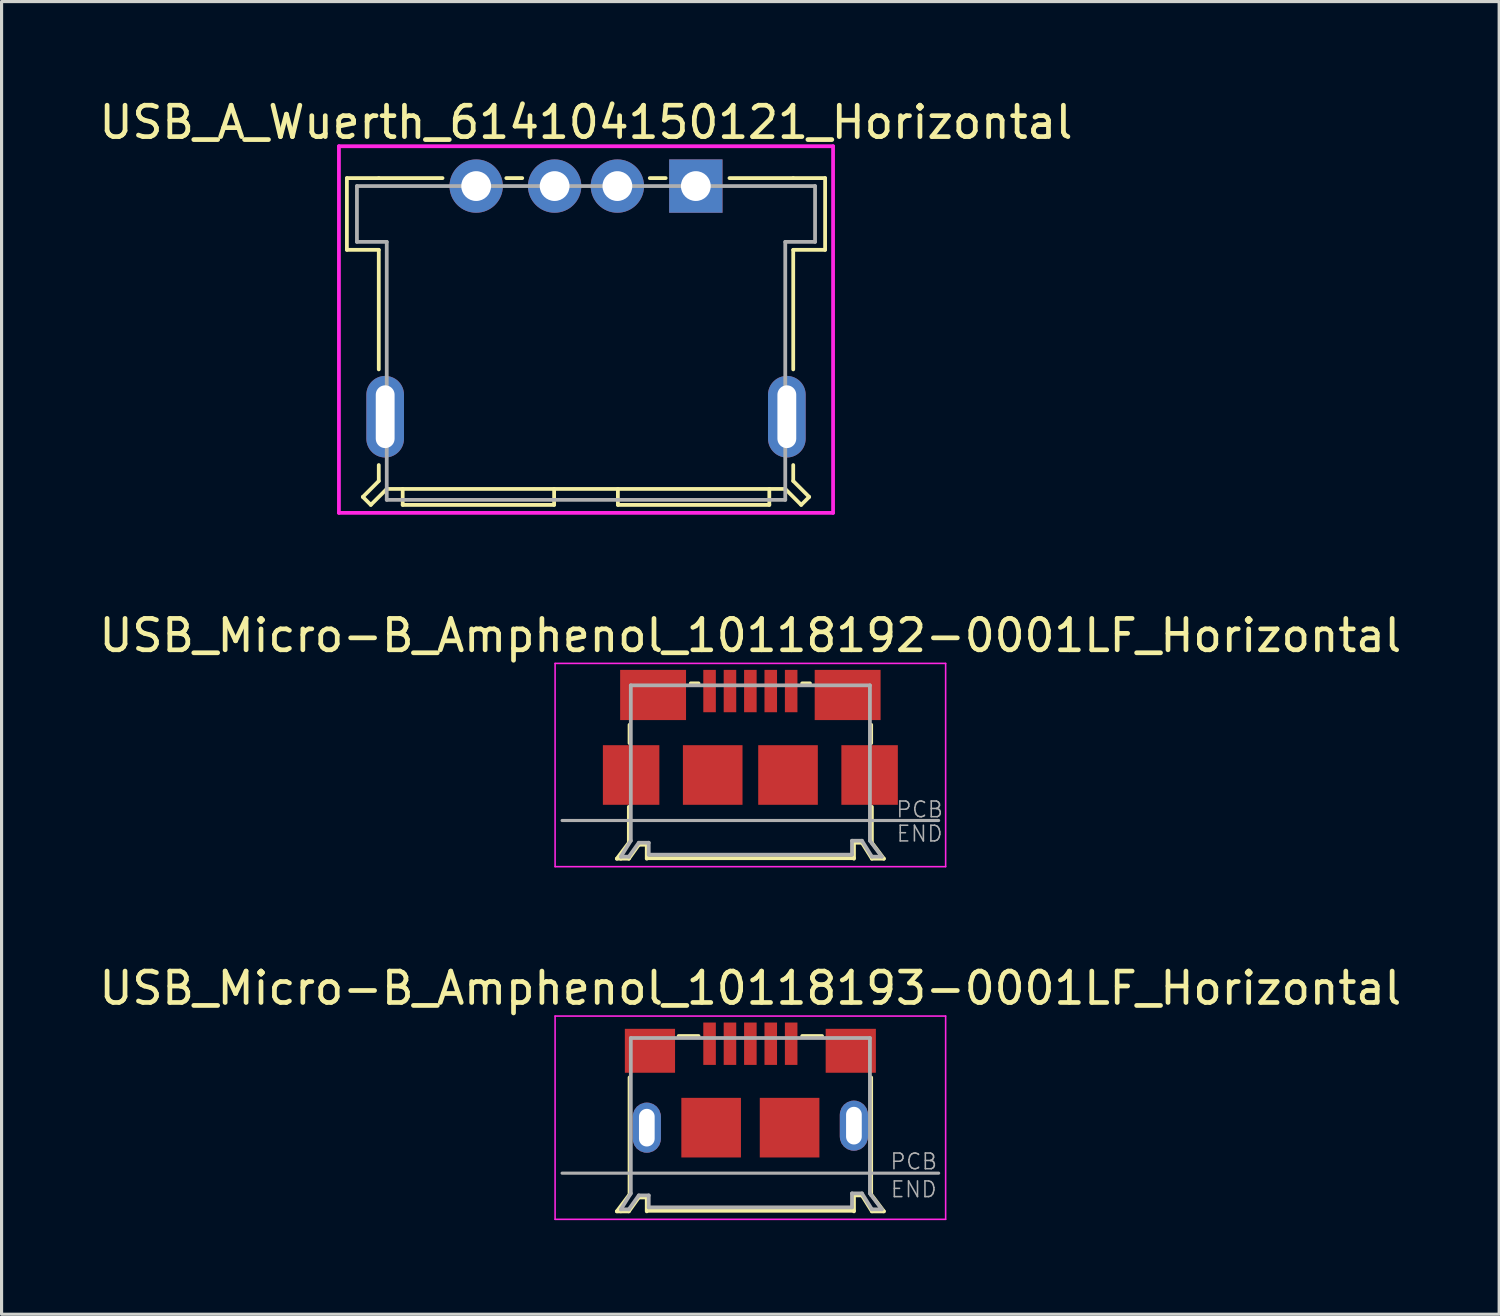
<source format=kicad_pcb>
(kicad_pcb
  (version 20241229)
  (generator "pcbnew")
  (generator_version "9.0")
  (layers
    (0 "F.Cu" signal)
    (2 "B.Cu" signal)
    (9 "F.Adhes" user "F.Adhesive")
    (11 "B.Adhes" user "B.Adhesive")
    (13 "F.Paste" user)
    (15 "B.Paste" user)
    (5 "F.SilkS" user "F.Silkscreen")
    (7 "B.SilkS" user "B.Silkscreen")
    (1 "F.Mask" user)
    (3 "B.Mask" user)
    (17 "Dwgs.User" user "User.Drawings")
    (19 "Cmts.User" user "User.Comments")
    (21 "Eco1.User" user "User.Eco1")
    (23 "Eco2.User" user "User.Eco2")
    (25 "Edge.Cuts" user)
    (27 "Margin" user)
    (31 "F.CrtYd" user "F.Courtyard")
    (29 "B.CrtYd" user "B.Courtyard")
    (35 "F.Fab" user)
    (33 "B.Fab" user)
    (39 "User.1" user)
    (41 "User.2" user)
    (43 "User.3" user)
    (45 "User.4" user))
  (footprint "USB_A_Wuerth_614104150121_Horizontal"
    (layer "F.Cu")
    (at 15.625 2.88)
    (property "Reference" "USB_A_Wuerth_614104150121_Horizontal" (at 0 -2.032 0) (layer "F.SilkS") (effects (font (size 1 1) (thickness 0.15))))
    (attr through_hole)
    (fp_line (start -7.62 -0.254) (end -7.62 2.032) (stroke (width 0.12) (type solid)) (layer "F.SilkS"))
    (fp_line (start -7.62 2.032) (end -6.604 2.032) (stroke (width 0.12) (type solid)) (layer "F.SilkS"))
    (fp_line (start -7.112 9.906) (end -6.604 9.398) (stroke (width 0.12) (type solid)) (layer "F.SilkS"))
    (fp_line (start -6.858 10.16) (end -7.112 9.906) (stroke (width 0.12) (type solid)) (layer "F.SilkS"))
    (fp_line (start -6.604 -0.254) (end -7.62 -0.254) (stroke (width 0.12) (type solid)) (layer "F.SilkS"))
    (fp_line (start -6.604 -0.254) (end -4.572 -0.254) (stroke (width 0.12) (type solid)) (layer "F.SilkS"))
    (fp_line (start -6.604 2.032) (end -6.604 5.842) (stroke (width 0.12) (type solid)) (layer "F.SilkS"))
    (fp_line (start -6.604 9.398) (end -6.604 8.89) (stroke (width 0.12) (type solid)) (layer "F.SilkS"))
    (fp_line (start -6.35 9.652) (end -6.858 10.16) (stroke (width 0.12) (type solid)) (layer "F.SilkS"))
    (fp_line (start -6.35 9.652) (end 6.35 9.652) (stroke (width 0.12) (type solid)) (layer "F.SilkS"))
    (fp_line (start -5.842 9.652) (end -5.842 10.16) (stroke (width 0.12) (type solid)) (layer "F.SilkS"))
    (fp_line (start -5.842 10.16) (end -1.016 10.16) (stroke (width 0.12) (type solid)) (layer "F.SilkS"))
    (fp_line (start -2.032 -0.254) (end -2.54 -0.254) (stroke (width 0.12) (type solid)) (layer "F.SilkS"))
    (fp_line (start -1.016 10.16) (end -1.016 9.652) (stroke (width 0.12) (type solid)) (layer "F.SilkS"))
    (fp_line (start 1.016 9.652) (end 1.016 10.16) (stroke (width 0.12) (type solid)) (layer "F.SilkS"))
    (fp_line (start 1.016 10.16) (end 5.842 10.16) (stroke (width 0.12) (type solid)) (layer "F.SilkS"))
    (fp_line (start 2.54 -0.254) (end 2.032 -0.254) (stroke (width 0.12) (type solid)) (layer "F.SilkS"))
    (fp_line (start 4.572 -0.254) (end 6.604 -0.254) (stroke (width 0.12) (type solid)) (layer "F.SilkS"))
    (fp_line (start 5.842 10.16) (end 5.842 9.652) (stroke (width 0.12) (type solid)) (layer "F.SilkS"))
    (fp_line (start 6.35 9.652) (end 6.858 10.16) (stroke (width 0.12) (type solid)) (layer "F.SilkS"))
    (fp_line (start 6.604 2.032) (end 6.604 5.842) (stroke (width 0.12) (type solid)) (layer "F.SilkS"))
    (fp_line (start 6.604 2.032) (end 7.62 2.032) (stroke (width 0.12) (type solid)) (layer "F.SilkS"))
    (fp_line (start 6.604 9.398) (end 6.604 8.89) (stroke (width 0.12) (type solid)) (layer "F.SilkS"))
    (fp_line (start 6.858 10.16) (end 7.112 9.906) (stroke (width 0.12) (type solid)) (layer "F.SilkS"))
    (fp_line (start 7.112 9.906) (end 6.604 9.398) (stroke (width 0.12) (type solid)) (layer "F.SilkS"))
    (fp_line (start 7.62 -0.254) (end 6.604 -0.254) (stroke (width 0.12) (type solid)) (layer "F.SilkS"))
    (fp_line (start 7.62 2.032) (end 7.62 -0.254) (stroke (width 0.12) (type solid)) (layer "F.SilkS"))
    (fp_line (start -7.874 -1.27) (end 7.874 -1.27) (stroke (width 0.12) (type solid)) (layer "F.CrtYd"))
    (fp_line (start -7.874 10.414) (end -7.874 -1.27) (stroke (width 0.12) (type solid)) (layer "F.CrtYd"))
    (fp_line (start 7.874 -1.27) (end 7.874 10.414) (stroke (width 0.12) (type solid)) (layer "F.CrtYd"))
    (fp_line (start 7.874 10.414) (end -7.874 10.414) (stroke (width 0.12) (type solid)) (layer "F.CrtYd"))
    (fp_line (start -7.3 0) (end 7.3 0) (stroke (width 0.12) (type solid)) (layer "F.Fab"))
    (fp_line (start -7.3 1.778) (end -7.3 0) (stroke (width 0.12) (type solid)) (layer "F.Fab"))
    (fp_line (start -6.35 1.778) (end -7.3 1.778) (stroke (width 0.12) (type solid)) (layer "F.Fab"))
    (fp_line (start -6.35 10) (end -6.35 1.778) (stroke (width 0.12) (type solid)) (layer "F.Fab"))
    (fp_line (start 6.35 1.778) (end 6.35 10) (stroke (width 0.12) (type solid)) (layer "F.Fab"))
    (fp_line (start 6.35 10) (end -6.35 10) (stroke (width 0.12) (type solid)) (layer "F.Fab"))
    (fp_line (start 7.3 0) (end 7.3 1.778) (stroke (width 0.12) (type solid)) (layer "F.Fab"))
    (fp_line (start 7.3 1.778) (end 6.35 1.778) (stroke (width 0.12) (type solid)) (layer "F.Fab"))
    (pad "1" thru_hole rect (at 3.5 0) (size 1.7 1.7) (drill 0.95) (layers "*.Cu" "*.Mask"))
    (pad "2" thru_hole circle (at 1 0) (size 1.7 1.7) (drill 0.95) (layers "*.Cu" "*.Mask"))
    (pad "3" thru_hole circle (at -1 0) (size 1.7 1.7) (drill 0.95) (layers "*.Cu" "*.Mask"))
    (pad "4" thru_hole circle (at -3.5 0) (size 1.7 1.7) (drill 0.95) (layers "*.Cu" "*.Mask"))
    (pad "5" thru_hole oval (at -6.4 7.35) (size 1.2 2.6) (drill oval 0.6 2) (layers "*.Cu" "*.Mask"))
    (pad "5" thru_hole oval (at 6.4 7.35) (size 1.2 2.6) (drill oval 0.6 2) (layers "*.Cu" "*.Mask")))
  (footprint "USB_Micro-B_Amphenol_10118193-0001LF_Horizontal"
    (layer "F.Cu")
    (at 20.863 32.887)
    (property "Reference" "USB_Micro-B_Amphenol_10118193-0001LF_Horizontal" (at 0 -4.445 0) (layer "F.SilkS") (effects (font (size 1 1) (thickness 0.15))))
    (attr through_hole)
    (fp_line (start -4.255 2.667) (end -3.873 2.159) (stroke (width 0.12) (type solid)) (layer "F.SilkS"))
    (fp_line (start -4.128 2.667) (end -4.255 2.667) (stroke (width 0.12) (type solid)) (layer "F.SilkS"))
    (fp_line (start -3.873 2.667) (end -4.128 2.667) (stroke (width 0.12) (type solid)) (layer "F.SilkS"))
    (fp_line (start -3.85 -1.6) (end -3.85 2.15) (stroke (width 0.12) (type solid)) (layer "F.SilkS"))
    (fp_line (start -3.556 2.223) (end -3.873 2.667) (stroke (width 0.12) (type solid)) (layer "F.SilkS"))
    (fp_line (start -3.302 2.223) (end -3.556 2.223) (stroke (width 0.12) (type solid)) (layer "F.SilkS"))
    (fp_line (start -3.302 2.667) (end -3.302 2.223) (stroke (width 0.12) (type solid)) (layer "F.SilkS"))
    (fp_line (start -3.3 2.65) (end 3.3 2.65) (stroke (width 0.12) (type solid)) (layer "F.SilkS"))
    (fp_line (start -2.286 -2.921) (end -1.651 -2.921) (stroke (width 0.12) (type solid)) (layer "F.SilkS"))
    (fp_line (start 1.651 -2.921) (end 2.286 -2.921) (stroke (width 0.12) (type solid)) (layer "F.SilkS"))
    (fp_line (start 3.302 2.159) (end 3.556 2.159) (stroke (width 0.12) (type solid)) (layer "F.SilkS"))
    (fp_line (start 3.302 2.667) (end 3.302 2.159) (stroke (width 0.12) (type solid)) (layer "F.SilkS"))
    (fp_line (start 3.556 2.159) (end 3.873 2.667) (stroke (width 0.12) (type solid)) (layer "F.SilkS"))
    (fp_line (start 3.85 -1.6) (end 3.85 2.15) (stroke (width 0.12) (type solid)) (layer "F.SilkS"))
    (fp_line (start 3.873 2.667) (end 4.255 2.667) (stroke (width 0.12) (type solid)) (layer "F.SilkS"))
    (fp_line (start 4.255 2.667) (end 3.873 2.159) (stroke (width 0.12) (type solid)) (layer "F.SilkS"))
    (fp_line (start -6.223 -3.556) (end 6.223 -3.556) (stroke (width 0.05) (type solid)) (layer "F.CrtYd"))
    (fp_line (start -6.223 2.921) (end -6.223 -3.556) (stroke (width 0.05) (type solid)) (layer "F.CrtYd"))
    (fp_line (start 6.223 -3.556) (end 6.223 2.921) (stroke (width 0.05) (type solid)) (layer "F.CrtYd"))
    (fp_line (start 6.223 2.921) (end -6.223 2.921) (stroke (width 0.05) (type solid)) (layer "F.CrtYd"))
    (fp_line (start -6 1.45) (end 6 1.45) (stroke (width 0.1) (type solid)) (layer "F.Fab"))
    (fp_line (start -4.128 2.603) (end -3.81 2.095) (stroke (width 0.12) (type solid)) (layer "F.Fab"))
    (fp_line (start -3.873 2.603) (end -4.128 2.603) (stroke (width 0.12) (type solid)) (layer "F.Fab"))
    (fp_line (start -3.81 -2.857) (end 3.81 -2.857) (stroke (width 0.12) (type solid)) (layer "F.Fab"))
    (fp_line (start -3.81 2.095) (end -3.81 -2.857) (stroke (width 0.12) (type solid)) (layer "F.Fab"))
    (fp_line (start -3.556 2.159) (end -3.873 2.603) (stroke (width 0.12) (type solid)) (layer "F.Fab"))
    (fp_line (start -3.239 2.159) (end -3.556 2.159) (stroke (width 0.12) (type solid)) (layer "F.Fab"))
    (fp_line (start -3.239 2.54) (end -3.239 2.159) (stroke (width 0.12) (type solid)) (layer "F.Fab"))
    (fp_line (start 3.239 2.095) (end 3.239 2.54) (stroke (width 0.12) (type solid)) (layer "F.Fab"))
    (fp_line (start 3.239 2.54) (end -3.239 2.54) (stroke (width 0.12) (type solid)) (layer "F.Fab"))
    (fp_line (start 3.556 2.095) (end 3.239 2.095) (stroke (width 0.12) (type solid)) (layer "F.Fab"))
    (fp_line (start 3.81 -2.857) (end 3.81 2.095) (stroke (width 0.12) (type solid)) (layer "F.Fab"))
    (fp_line (start 3.81 2.095) (end 4.191 2.603) (stroke (width 0.12) (type solid)) (layer "F.Fab"))
    (fp_line (start 3.873 2.603) (end 3.556 2.095) (stroke (width 0.12) (type solid)) (layer "F.Fab"))
    (fp_line (start 4.191 2.603) (end 3.873 2.603) (stroke (width 0.12) (type solid)) (layer "F.Fab"))
    (fp_text user "END" (at 5.207 1.968 0) (layer "F.Fab") (effects (font (size 0.5 0.5) (thickness 0.05))))
    (fp_text user "PCB" (at 5.207 1.079 0) (layer "F.Fab") (effects (font (size 0.5 0.5) (thickness 0.05))))
    (pad "1" smd rect (at -1.3 -2.675) (size 0.4 1.35) (layers "F.Cu" "F.Mask" "F.Paste"))
    (pad "2" smd rect (at -0.65 -2.675) (size 0.4 1.35) (layers "F.Cu" "F.Mask" "F.Paste"))
    (pad "3" smd rect (at 0 -2.675) (size 0.4 1.35) (layers "F.Cu" "F.Mask" "F.Paste"))
    (pad "4" smd rect (at 0.65 -2.675) (size 0.4 1.35) (layers "F.Cu" "F.Mask" "F.Paste"))
    (pad "5" smd rect (at 1.3 -2.675) (size 0.4 1.35) (layers "F.Cu" "F.Mask" "F.Paste"))
    (pad "6" thru_hole roundrect (at -3.3 0) (size 0.9 1.6) (drill oval 0.5 1.2) (layers "*.Cu" "*.Mask") (roundrect_rratio 0.5))
    (pad "6" smd rect (at -3.2 -2.45) (size 1.6 1.4) (layers "F.Cu" "F.Mask" "F.Paste"))
    (pad "6" smd rect (at -1.25 0) (size 1.9 1.9) (layers "F.Cu" "F.Mask" "F.Paste"))
    (pad "6" smd rect (at 1.25 0) (size 1.9 1.9) (layers "F.Cu" "F.Mask" "F.Paste"))
    (pad "6" smd rect (at 3.2 -2.45) (size 1.6 1.4) (layers "F.Cu" "F.Mask" "F.Paste"))
    (pad "6" thru_hole roundrect (at 3.3 -0.064) (size 0.9 1.6) (drill oval 0.5 1.2) (layers "*.Cu" "*.Mask") (roundrect_rratio 0.5)))
  (footprint "USB_Micro-B_Amphenol_10118192-0001LF_Horizontal"
    (layer "F.Cu")
    (at 20.863 21.648)
    (property "Reference" "USB_Micro-B_Amphenol_10118192-0001LF_Horizontal" (at 0 -4.445 0) (layer "F.SilkS") (effects (font (size 1 1) (thickness 0.15))))
    (attr through_hole)
    (fp_line (start -4.255 2.667) (end -3.873 2.159) (stroke (width 0.12) (type solid)) (layer "F.SilkS"))
    (fp_line (start -4.128 2.667) (end -4.255 2.667) (stroke (width 0.12) (type solid)) (layer "F.SilkS"))
    (fp_line (start -3.873 2.159) (end -3.873 1.016) (stroke (width 0.12) (type solid)) (layer "F.SilkS"))
    (fp_line (start -3.873 2.667) (end -4.128 2.667) (stroke (width 0.12) (type solid)) (layer "F.SilkS"))
    (fp_line (start -3.85 -1.6) (end -3.85 -1.016) (stroke (width 0.12) (type solid)) (layer "F.SilkS"))
    (fp_line (start -3.556 2.223) (end -3.873 2.667) (stroke (width 0.12) (type solid)) (layer "F.SilkS"))
    (fp_line (start -3.302 2.223) (end -3.556 2.223) (stroke (width 0.12) (type solid)) (layer "F.SilkS"))
    (fp_line (start -3.302 2.667) (end -3.302 2.223) (stroke (width 0.12) (type solid)) (layer "F.SilkS"))
    (fp_line (start -3.3 2.65) (end 3.3 2.65) (stroke (width 0.12) (type solid)) (layer "F.SilkS"))
    (fp_line (start -1.9 -2.921) (end -1.651 -2.921) (stroke (width 0.12) (type solid)) (layer "F.SilkS"))
    (fp_line (start 1.651 -2.921) (end 1.9 -2.921) (stroke (width 0.12) (type solid)) (layer "F.SilkS"))
    (fp_line (start 3.302 2.159) (end 3.556 2.159) (stroke (width 0.12) (type solid)) (layer "F.SilkS"))
    (fp_line (start 3.302 2.667) (end 3.302 2.159) (stroke (width 0.12) (type solid)) (layer "F.SilkS"))
    (fp_line (start 3.556 2.159) (end 3.873 2.667) (stroke (width 0.12) (type solid)) (layer "F.SilkS"))
    (fp_line (start 3.85 -1.6) (end 3.85 -1.016) (stroke (width 0.12) (type solid)) (layer "F.SilkS"))
    (fp_line (start 3.873 2.159) (end 3.873 1.016) (stroke (width 0.12) (type solid)) (layer "F.SilkS"))
    (fp_line (start 3.873 2.667) (end 4.255 2.667) (stroke (width 0.12) (type solid)) (layer "F.SilkS"))
    (fp_line (start 4.255 2.667) (end 3.873 2.159) (stroke (width 0.12) (type solid)) (layer "F.SilkS"))
    (fp_line (start -6.223 -3.556) (end 6.223 -3.556) (stroke (width 0.05) (type solid)) (layer "F.CrtYd"))
    (fp_line (start -6.223 2.921) (end -6.223 -3.556) (stroke (width 0.05) (type solid)) (layer "F.CrtYd"))
    (fp_line (start 6.223 -3.556) (end 6.223 2.921) (stroke (width 0.05) (type solid)) (layer "F.CrtYd"))
    (fp_line (start 6.223 2.921) (end -6.223 2.921) (stroke (width 0.05) (type solid)) (layer "F.CrtYd"))
    (fp_line (start -6 1.45) (end 6 1.45) (stroke (width 0.1) (type solid)) (layer "F.Fab"))
    (fp_line (start -4.128 2.603) (end -3.81 2.095) (stroke (width 0.12) (type solid)) (layer "F.Fab"))
    (fp_line (start -3.873 2.603) (end -4.128 2.603) (stroke (width 0.12) (type solid)) (layer "F.Fab"))
    (fp_line (start -3.81 -2.857) (end 3.81 -2.857) (stroke (width 0.12) (type solid)) (layer "F.Fab"))
    (fp_line (start -3.81 2.095) (end -3.81 -2.857) (stroke (width 0.12) (type solid)) (layer "F.Fab"))
    (fp_line (start -3.556 2.159) (end -3.873 2.603) (stroke (width 0.12) (type solid)) (layer "F.Fab"))
    (fp_line (start -3.239 2.159) (end -3.556 2.159) (stroke (width 0.12) (type solid)) (layer "F.Fab"))
    (fp_line (start -3.239 2.54) (end -3.239 2.159) (stroke (width 0.12) (type solid)) (layer "F.Fab"))
    (fp_line (start 3.239 2.095) (end 3.239 2.54) (stroke (width 0.12) (type solid)) (layer "F.Fab"))
    (fp_line (start 3.239 2.54) (end -3.239 2.54) (stroke (width 0.12) (type solid)) (layer "F.Fab"))
    (fp_line (start 3.556 2.095) (end 3.239 2.095) (stroke (width 0.12) (type solid)) (layer "F.Fab"))
    (fp_line (start 3.81 -2.857) (end 3.81 2.095) (stroke (width 0.12) (type solid)) (layer "F.Fab"))
    (fp_line (start 3.81 2.095) (end 4.191 2.603) (stroke (width 0.12) (type solid)) (layer "F.Fab"))
    (fp_line (start 3.873 2.603) (end 3.556 2.095) (stroke (width 0.12) (type solid)) (layer "F.Fab"))
    (fp_line (start 4.191 2.603) (end 3.873 2.603) (stroke (width 0.12) (type solid)) (layer "F.Fab"))
    (fp_text user "END" (at 5.395 1.872 0) (layer "F.Fab") (effects (font (size 0.5 0.5) (thickness 0.05))))
    (fp_text user "PCB" (at 5.395 1.1 0) (layer "F.Fab") (effects (font (size 0.5 0.5) (thickness 0.05))))
    (pad "1" smd rect (at -1.3 -2.675) (size 0.4 1.35) (layers "F.Cu" "F.Mask" "F.Paste"))
    (pad "2" smd rect (at -0.65 -2.675) (size 0.4 1.35) (layers "F.Cu" "F.Mask" "F.Paste"))
    (pad "3" smd rect (at 0 -2.675) (size 0.4 1.35) (layers "F.Cu" "F.Mask" "F.Paste"))
    (pad "4" smd rect (at 0.65 -2.675) (size 0.4 1.35) (layers "F.Cu" "F.Mask" "F.Paste"))
    (pad "5" smd rect (at 1.3 -2.675) (size 0.4 1.35) (layers "F.Cu" "F.Mask" "F.Paste"))
    (pad "6" smd rect (at -3.8 0) (size 1.8 1.9) (layers "F.Cu" "F.Mask" "F.Paste"))
    (pad "6" smd rect (at -3.1 -2.55) (size 2.1 1.6) (layers "F.Cu" "F.Mask" "F.Paste"))
    (pad "6" smd rect (at -1.2 0) (size 1.9 1.9) (layers "F.Cu" "F.Mask" "F.Paste"))
    (pad "6" smd rect (at 1.2 0) (size 1.9 1.9) (layers "F.Cu" "F.Mask" "F.Paste"))
    (pad "6" smd rect (at 3.1 -2.55) (size 2.1 1.6) (layers "F.Cu" "F.Mask" "F.Paste"))
    (pad "6" smd rect (at 3.8 0) (size 1.8 1.9) (layers "F.Cu" "F.Mask" "F.Paste")))
  (gr_rect
    (start -3 -3)
    (end 44.726 38.833)
    (stroke (width 0.1) (type default))
    (fill no)
    (layer "Edge.Cuts")))
</source>
